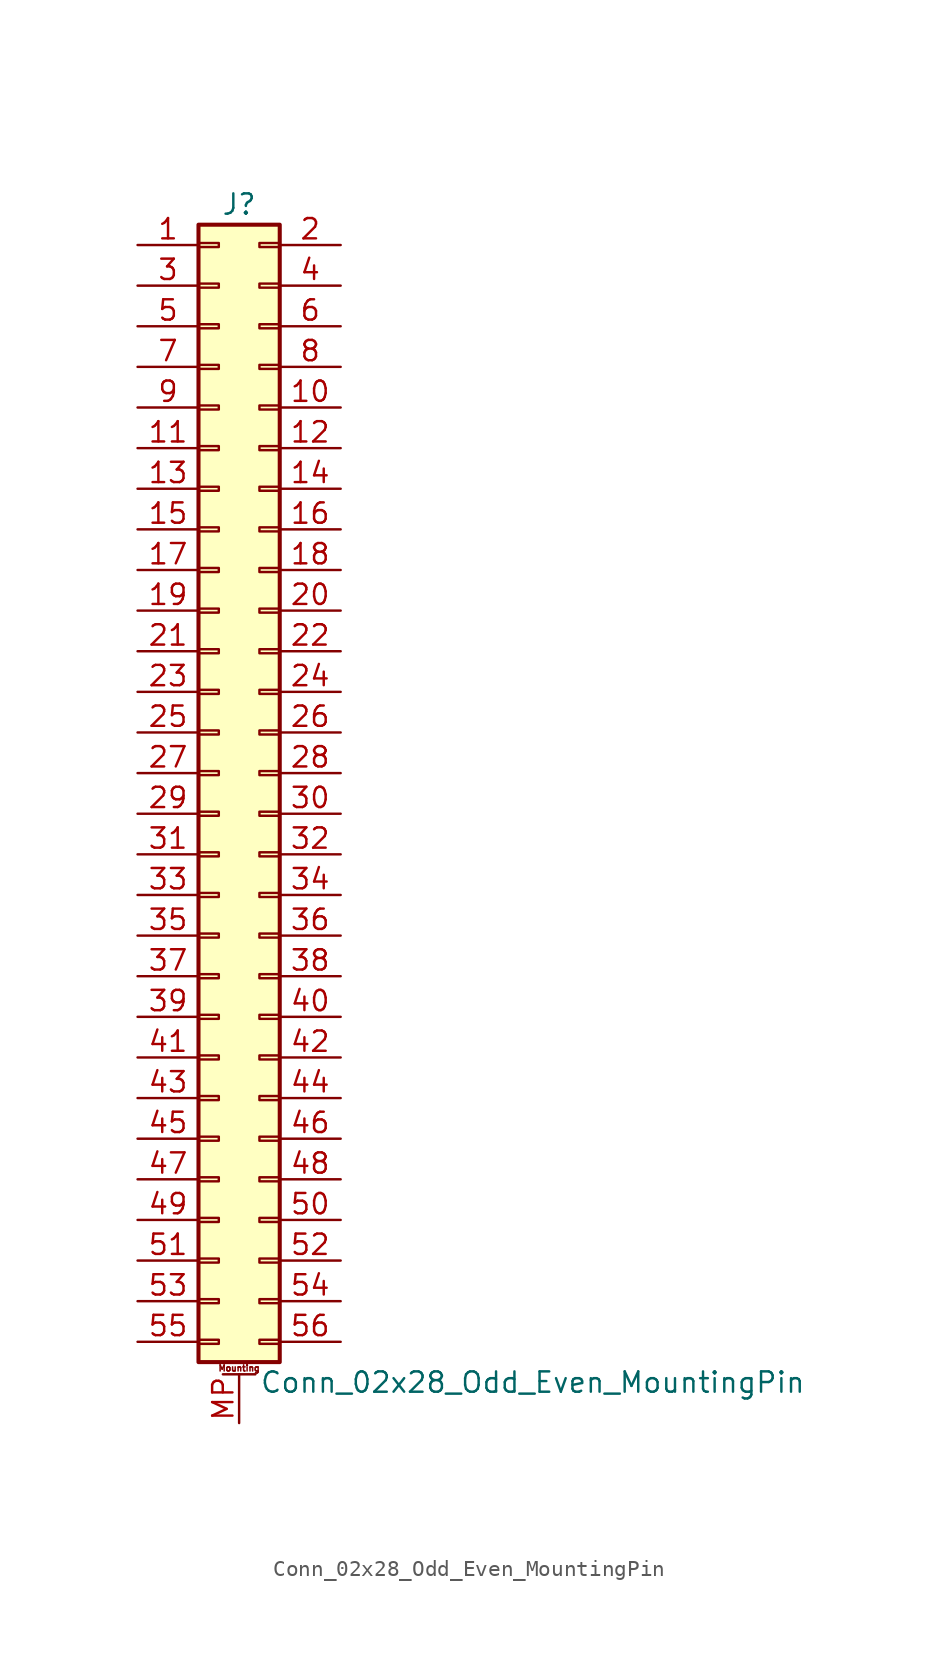
<source format=kicad_sym>
(kicad_symbol_lib
  (version 20201005)
  (generator kicad_symbol_editor)
  (symbol "Connector_Generic_MountingPin:Conn_02x28_Odd_Even_MountingPin"
    (pin_names
      (offset 1.016) hide)
    (property "Reference" "J"
      (at 1.27 35.56 0)
      (effects (font (size 1.27 1.27))))
    (property "Value" "Conn_02x28_Odd_Even_MountingPin"
      (at 2.54 -38.1 0)
      (effects (font (size 1.27 1.27)) (justify left)))
    (symbol "Conn_02x28_Odd_Even_MountingPin_1_1"
      (text "Mounting" (at 1.27 -37.211 0) (effects (font (size 0.381 0.381))))
      (rectangle (start -1.27 -27.813) (end 0 -28.067) (stroke (width 0.152)) (fill (type none)))
      (rectangle (start -1.27 -30.353) (end 0 -30.607) (stroke (width 0.152)) (fill (type none)))
      (rectangle (start -1.27 -32.893) (end 0 -33.147) (stroke (width 0.152)) (fill (type none)))
      (rectangle (start -1.27 -35.433) (end 0 -35.687) (stroke (width 0.152)) (fill (type none)))
      (rectangle (start -1.27 -4.953) (end 0 -5.207) (stroke (width 0.152)) (fill (type none)))
      (rectangle (start -1.27 -7.493) (end 0 -7.747) (stroke (width 0.152)) (fill (type none)))
      (rectangle (start -1.27 -10.033) (end 0 -10.287) (stroke (width 0.152)) (fill (type none)))
      (rectangle (start -1.27 -12.573) (end 0 -12.827) (stroke (width 0.152)) (fill (type none)))
      (rectangle (start -1.27 -15.113) (end 0 -15.367) (stroke (width 0.152)) (fill (type none)))
      (rectangle (start -1.27 -17.653) (end 0 -17.907) (stroke (width 0.152)) (fill (type none)))
      (rectangle (start -1.27 -20.193) (end 0 -20.447) (stroke (width 0.152)) (fill (type none)))
      (rectangle (start -1.27 -22.733) (end 0 -22.987) (stroke (width 0.152)) (fill (type none)))
      (rectangle (start -1.27 -2.413) (end 0 -2.667) (stroke (width 0.152)) (fill (type none)))
      (rectangle (start -1.27 -25.273) (end 0 -25.527) (stroke (width 0.152)) (fill (type none)))
      (rectangle (start -1.27 25.527) (end 0 25.273) (stroke (width 0.152)) (fill (type none)))
      (rectangle (start -1.27 2.667) (end 0 2.413) (stroke (width 0.152)) (fill (type none)))
      (rectangle (start -1.27 28.067) (end 0 27.813) (stroke (width 0.152)) (fill (type none)))
      (rectangle (start -1.27 30.607) (end 0 30.353) (stroke (width 0.152)) (fill (type none)))
      (rectangle (start -1.27 33.147) (end 0 32.893) (stroke (width 0.152)) (fill (type none)))
      (rectangle (start -1.27 34.29) (end 3.81 -36.83) (stroke (width 0.254)) (fill (type background)))
      (rectangle (start -1.27 5.207) (end 0 4.953) (stroke (width 0.152)) (fill (type none)))
      (rectangle (start -1.27 7.747) (end 0 7.493) (stroke (width 0.152)) (fill (type none)))
      (rectangle (start -1.27 10.287) (end 0 10.033) (stroke (width 0.152)) (fill (type none)))
      (rectangle (start -1.27 0.127) (end 0 -0.127) (stroke (width 0.152)) (fill (type none)))
      (rectangle (start -1.27 12.827) (end 0 12.573) (stroke (width 0.152)) (fill (type none)))
      (rectangle (start -1.27 15.367) (end 0 15.113) (stroke (width 0.152)) (fill (type none)))
      (rectangle (start -1.27 17.907) (end 0 17.653) (stroke (width 0.152)) (fill (type none)))
      (rectangle (start -1.27 20.447) (end 0 20.193) (stroke (width 0.152)) (fill (type none)))
      (rectangle (start -1.27 22.987) (end 0 22.733) (stroke (width 0.152)) (fill (type none)))
      (rectangle (start 3.81 -27.813) (end 2.54 -28.067) (stroke (width 0.152)) (fill (type none)))
      (rectangle (start 3.81 -30.353) (end 2.54 -30.607) (stroke (width 0.152)) (fill (type none)))
      (rectangle (start 3.81 -32.893) (end 2.54 -33.147) (stroke (width 0.152)) (fill (type none)))
      (rectangle (start 3.81 -35.433) (end 2.54 -35.687) (stroke (width 0.152)) (fill (type none)))
      (rectangle (start 3.81 -4.953) (end 2.54 -5.207) (stroke (width 0.152)) (fill (type none)))
      (rectangle (start 3.81 -7.493) (end 2.54 -7.747) (stroke (width 0.152)) (fill (type none)))
      (rectangle (start 3.81 -10.033) (end 2.54 -10.287) (stroke (width 0.152)) (fill (type none)))
      (rectangle (start 3.81 -12.573) (end 2.54 -12.827) (stroke (width 0.152)) (fill (type none)))
      (rectangle (start 3.81 -15.113) (end 2.54 -15.367) (stroke (width 0.152)) (fill (type none)))
      (rectangle (start 3.81 -17.653) (end 2.54 -17.907) (stroke (width 0.152)) (fill (type none)))
      (rectangle (start 3.81 -20.193) (end 2.54 -20.447) (stroke (width 0.152)) (fill (type none)))
      (rectangle (start 3.81 -22.733) (end 2.54 -22.987) (stroke (width 0.152)) (fill (type none)))
      (rectangle (start 3.81 -2.413) (end 2.54 -2.667) (stroke (width 0.152)) (fill (type none)))
      (rectangle (start 3.81 -25.273) (end 2.54 -25.527) (stroke (width 0.152)) (fill (type none)))
      (rectangle (start 3.81 25.527) (end 2.54 25.273) (stroke (width 0.152)) (fill (type none)))
      (rectangle (start 3.81 2.667) (end 2.54 2.413) (stroke (width 0.152)) (fill (type none)))
      (rectangle (start 3.81 28.067) (end 2.54 27.813) (stroke (width 0.152)) (fill (type none)))
      (rectangle (start 3.81 30.607) (end 2.54 30.353) (stroke (width 0.152)) (fill (type none)))
      (rectangle (start 3.81 33.147) (end 2.54 32.893) (stroke (width 0.152)) (fill (type none)))
      (rectangle (start 3.81 5.207) (end 2.54 4.953) (stroke (width 0.152)) (fill (type none)))
      (rectangle (start 3.81 7.747) (end 2.54 7.493) (stroke (width 0.152)) (fill (type none)))
      (rectangle (start 3.81 10.287) (end 2.54 10.033) (stroke (width 0.152)) (fill (type none)))
      (rectangle (start 3.81 0.127) (end 2.54 -0.127) (stroke (width 0.152)) (fill (type none)))
      (rectangle (start 3.81 12.827) (end 2.54 12.573) (stroke (width 0.152)) (fill (type none)))
      (rectangle (start 3.81 15.367) (end 2.54 15.113) (stroke (width 0.152)) (fill (type none)))
      (rectangle (start 3.81 17.907) (end 2.54 17.653) (stroke (width 0.152)) (fill (type none)))
      (rectangle (start 3.81 20.447) (end 2.54 20.193) (stroke (width 0.152)) (fill (type none)))
      (rectangle (start 3.81 22.987) (end 2.54 22.733) (stroke (width 0.152)) (fill (type none)))
      (polyline (pts (xy 0.254 -37.592) (xy 2.286 -37.592)) (stroke (width 0.152)) (fill (type none)))
      (pin passive line (at 1.27 -40.64 90) (length 3.048) (name "MountPin" (effects (font (size 1.27 1.27)))) (number "MP" (effects (font (size 1.27 1.27)))))
      (pin passive line (at -5.08 33.02 0) (length 3.81) (name "Pin_1" (effects (font (size 1.27 1.27)))) (number "1" (effects (font (size 1.27 1.27)))))
      (pin passive line (at 7.62 22.86 180) (length 3.81) (name "Pin_10" (effects (font (size 1.27 1.27)))) (number "10" (effects (font (size 1.27 1.27)))))
      (pin passive line (at -5.08 20.32 0) (length 3.81) (name "Pin_11" (effects (font (size 1.27 1.27)))) (number "11" (effects (font (size 1.27 1.27)))))
      (pin passive line (at 7.62 20.32 180) (length 3.81) (name "Pin_12" (effects (font (size 1.27 1.27)))) (number "12" (effects (font (size 1.27 1.27)))))
      (pin passive line (at -5.08 17.78 0) (length 3.81) (name "Pin_13" (effects (font (size 1.27 1.27)))) (number "13" (effects (font (size 1.27 1.27)))))
      (pin passive line (at 7.62 17.78 180) (length 3.81) (name "Pin_14" (effects (font (size 1.27 1.27)))) (number "14" (effects (font (size 1.27 1.27)))))
      (pin passive line (at -5.08 15.24 0) (length 3.81) (name "Pin_15" (effects (font (size 1.27 1.27)))) (number "15" (effects (font (size 1.27 1.27)))))
      (pin passive line (at 7.62 15.24 180) (length 3.81) (name "Pin_16" (effects (font (size 1.27 1.27)))) (number "16" (effects (font (size 1.27 1.27)))))
      (pin passive line (at -5.08 12.7 0) (length 3.81) (name "Pin_17" (effects (font (size 1.27 1.27)))) (number "17" (effects (font (size 1.27 1.27)))))
      (pin passive line (at 7.62 12.7 180) (length 3.81) (name "Pin_18" (effects (font (size 1.27 1.27)))) (number "18" (effects (font (size 1.27 1.27)))))
      (pin passive line (at -5.08 10.16 0) (length 3.81) (name "Pin_19" (effects (font (size 1.27 1.27)))) (number "19" (effects (font (size 1.27 1.27)))))
      (pin passive line (at 7.62 33.02 180) (length 3.81) (name "Pin_2" (effects (font (size 1.27 1.27)))) (number "2" (effects (font (size 1.27 1.27)))))
      (pin passive line (at 7.62 10.16 180) (length 3.81) (name "Pin_20" (effects (font (size 1.27 1.27)))) (number "20" (effects (font (size 1.27 1.27)))))
      (pin passive line (at -5.08 7.62 0) (length 3.81) (name "Pin_21" (effects (font (size 1.27 1.27)))) (number "21" (effects (font (size 1.27 1.27)))))
      (pin passive line (at 7.62 7.62 180) (length 3.81) (name "Pin_22" (effects (font (size 1.27 1.27)))) (number "22" (effects (font (size 1.27 1.27)))))
      (pin passive line (at -5.08 5.08 0) (length 3.81) (name "Pin_23" (effects (font (size 1.27 1.27)))) (number "23" (effects (font (size 1.27 1.27)))))
      (pin passive line (at 7.62 5.08 180) (length 3.81) (name "Pin_24" (effects (font (size 1.27 1.27)))) (number "24" (effects (font (size 1.27 1.27)))))
      (pin passive line (at -5.08 2.54 0) (length 3.81) (name "Pin_25" (effects (font (size 1.27 1.27)))) (number "25" (effects (font (size 1.27 1.27)))))
      (pin passive line (at 7.62 2.54 180) (length 3.81) (name "Pin_26" (effects (font (size 1.27 1.27)))) (number "26" (effects (font (size 1.27 1.27)))))
      (pin passive line (at -5.08 0 0) (length 3.81) (name "Pin_27" (effects (font (size 1.27 1.27)))) (number "27" (effects (font (size 1.27 1.27)))))
      (pin passive line (at 7.62 0 180) (length 3.81) (name "Pin_28" (effects (font (size 1.27 1.27)))) (number "28" (effects (font (size 1.27 1.27)))))
      (pin passive line (at -5.08 -2.54 0) (length 3.81) (name "Pin_29" (effects (font (size 1.27 1.27)))) (number "29" (effects (font (size 1.27 1.27)))))
      (pin passive line (at -5.08 30.48 0) (length 3.81) (name "Pin_3" (effects (font (size 1.27 1.27)))) (number "3" (effects (font (size 1.27 1.27)))))
      (pin passive line (at 7.62 -2.54 180) (length 3.81) (name "Pin_30" (effects (font (size 1.27 1.27)))) (number "30" (effects (font (size 1.27 1.27)))))
      (pin passive line (at -5.08 -5.08 0) (length 3.81) (name "Pin_31" (effects (font (size 1.27 1.27)))) (number "31" (effects (font (size 1.27 1.27)))))
      (pin passive line (at 7.62 -5.08 180) (length 3.81) (name "Pin_32" (effects (font (size 1.27 1.27)))) (number "32" (effects (font (size 1.27 1.27)))))
      (pin passive line (at -5.08 -7.62 0) (length 3.81) (name "Pin_33" (effects (font (size 1.27 1.27)))) (number "33" (effects (font (size 1.27 1.27)))))
      (pin passive line (at 7.62 -7.62 180) (length 3.81) (name "Pin_34" (effects (font (size 1.27 1.27)))) (number "34" (effects (font (size 1.27 1.27)))))
      (pin passive line (at -5.08 -10.16 0) (length 3.81) (name "Pin_35" (effects (font (size 1.27 1.27)))) (number "35" (effects (font (size 1.27 1.27)))))
      (pin passive line (at 7.62 -10.16 180) (length 3.81) (name "Pin_36" (effects (font (size 1.27 1.27)))) (number "36" (effects (font (size 1.27 1.27)))))
      (pin passive line (at -5.08 -12.7 0) (length 3.81) (name "Pin_37" (effects (font (size 1.27 1.27)))) (number "37" (effects (font (size 1.27 1.27)))))
      (pin passive line (at 7.62 -12.7 180) (length 3.81) (name "Pin_38" (effects (font (size 1.27 1.27)))) (number "38" (effects (font (size 1.27 1.27)))))
      (pin passive line (at -5.08 -15.24 0) (length 3.81) (name "Pin_39" (effects (font (size 1.27 1.27)))) (number "39" (effects (font (size 1.27 1.27)))))
      (pin passive line (at 7.62 30.48 180) (length 3.81) (name "Pin_4" (effects (font (size 1.27 1.27)))) (number "4" (effects (font (size 1.27 1.27)))))
      (pin passive line (at 7.62 -15.24 180) (length 3.81) (name "Pin_40" (effects (font (size 1.27 1.27)))) (number "40" (effects (font (size 1.27 1.27)))))
      (pin passive line (at -5.08 -17.78 0) (length 3.81) (name "Pin_41" (effects (font (size 1.27 1.27)))) (number "41" (effects (font (size 1.27 1.27)))))
      (pin passive line (at 7.62 -17.78 180) (length 3.81) (name "Pin_42" (effects (font (size 1.27 1.27)))) (number "42" (effects (font (size 1.27 1.27)))))
      (pin passive line (at -5.08 -20.32 0) (length 3.81) (name "Pin_43" (effects (font (size 1.27 1.27)))) (number "43" (effects (font (size 1.27 1.27)))))
      (pin passive line (at 7.62 -20.32 180) (length 3.81) (name "Pin_44" (effects (font (size 1.27 1.27)))) (number "44" (effects (font (size 1.27 1.27)))))
      (pin passive line (at -5.08 -22.86 0) (length 3.81) (name "Pin_45" (effects (font (size 1.27 1.27)))) (number "45" (effects (font (size 1.27 1.27)))))
      (pin passive line (at 7.62 -22.86 180) (length 3.81) (name "Pin_46" (effects (font (size 1.27 1.27)))) (number "46" (effects (font (size 1.27 1.27)))))
      (pin passive line (at -5.08 -25.4 0) (length 3.81) (name "Pin_47" (effects (font (size 1.27 1.27)))) (number "47" (effects (font (size 1.27 1.27)))))
      (pin passive line (at 7.62 -25.4 180) (length 3.81) (name "Pin_48" (effects (font (size 1.27 1.27)))) (number "48" (effects (font (size 1.27 1.27)))))
      (pin passive line (at -5.08 -27.94 0) (length 3.81) (name "Pin_49" (effects (font (size 1.27 1.27)))) (number "49" (effects (font (size 1.27 1.27)))))
      (pin passive line (at -5.08 27.94 0) (length 3.81) (name "Pin_5" (effects (font (size 1.27 1.27)))) (number "5" (effects (font (size 1.27 1.27)))))
      (pin passive line (at 7.62 -27.94 180) (length 3.81) (name "Pin_50" (effects (font (size 1.27 1.27)))) (number "50" (effects (font (size 1.27 1.27)))))
      (pin passive line (at -5.08 -30.48 0) (length 3.81) (name "Pin_51" (effects (font (size 1.27 1.27)))) (number "51" (effects (font (size 1.27 1.27)))))
      (pin passive line (at 7.62 -30.48 180) (length 3.81) (name "Pin_52" (effects (font (size 1.27 1.27)))) (number "52" (effects (font (size 1.27 1.27)))))
      (pin passive line (at -5.08 -33.02 0) (length 3.81) (name "Pin_53" (effects (font (size 1.27 1.27)))) (number "53" (effects (font (size 1.27 1.27)))))
      (pin passive line (at 7.62 -33.02 180) (length 3.81) (name "Pin_54" (effects (font (size 1.27 1.27)))) (number "54" (effects (font (size 1.27 1.27)))))
      (pin passive line (at -5.08 -35.56 0) (length 3.81) (name "Pin_55" (effects (font (size 1.27 1.27)))) (number "55" (effects (font (size 1.27 1.27)))))
      (pin passive line (at 7.62 -35.56 180) (length 3.81) (name "Pin_56" (effects (font (size 1.27 1.27)))) (number "56" (effects (font (size 1.27 1.27)))))
      (pin passive line (at 7.62 27.94 180) (length 3.81) (name "Pin_6" (effects (font (size 1.27 1.27)))) (number "6" (effects (font (size 1.27 1.27)))))
      (pin passive line (at -5.08 25.4 0) (length 3.81) (name "Pin_7" (effects (font (size 1.27 1.27)))) (number "7" (effects (font (size 1.27 1.27)))))
      (pin passive line (at 7.62 25.4 180) (length 3.81) (name "Pin_8" (effects (font (size 1.27 1.27)))) (number "8" (effects (font (size 1.27 1.27)))))
      (pin passive line (at -5.08 22.86 0) (length 3.81) (name "Pin_9" (effects (font (size 1.27 1.27)))) (number "9" (effects (font (size 1.27 1.27))))))))
</source>
